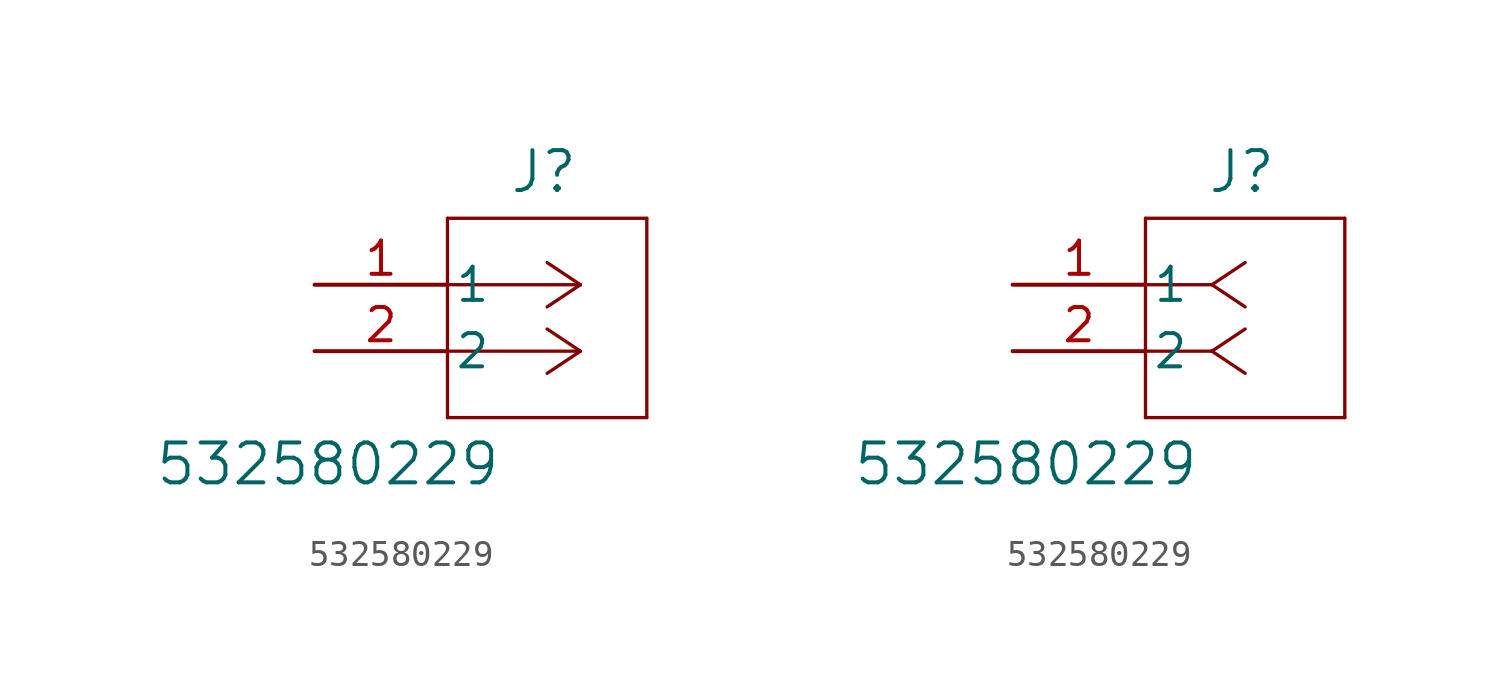
<source format=kicad_sym>
(kicad_symbol_lib
  (version 20211014)
  (generator kicad_symbol_editor)
  (symbol "532580229"
    (pin_names
      (offset 0.254))
    (property "Reference" "J"
      (at 8.763 4.318 0)
      (effects (font (size 1.524 1.524))))
    (property "Value" "532580229"
      (at 0.508 -6.858 0)
      (effects (font (size 1.524 1.524))))
    (symbol "532580229_1_1"
      (polyline (pts (xy 5.08 -5.08) (xy 12.7 -5.08)) (stroke (width 0.127) (type default) (color 0 0 0 0)) (fill (type none)))
      (polyline (pts (xy 5.08 2.54) (xy 5.08 -5.08)) (stroke (width 0.127) (type default) (color 0 0 0 0)) (fill (type none)))
      (polyline (pts (xy 10.16 -2.54) (xy 5.08 -2.54)) (stroke (width 0.127) (type default) (color 0 0 0 0)) (fill (type none)))
      (polyline (pts (xy 10.16 -2.54) (xy 8.89 -3.387)) (stroke (width 0.127) (type default) (color 0 0 0 0)) (fill (type none)))
      (polyline (pts (xy 10.16 -2.54) (xy 8.89 -1.693)) (stroke (width 0.127) (type default) (color 0 0 0 0)) (fill (type none)))
      (polyline (pts (xy 10.16 0) (xy 5.08 0)) (stroke (width 0.127) (type default) (color 0 0 0 0)) (fill (type none)))
      (polyline (pts (xy 10.16 0) (xy 8.89 -0.847)) (stroke (width 0.127) (type default) (color 0 0 0 0)) (fill (type none)))
      (polyline (pts (xy 10.16 0) (xy 8.89 0.847)) (stroke (width 0.127) (type default) (color 0 0 0 0)) (fill (type none)))
      (polyline (pts (xy 12.7 -5.08) (xy 12.7 2.54)) (stroke (width 0.127) (type default) (color 0 0 0 0)) (fill (type none)))
      (polyline (pts (xy 12.7 2.54) (xy 5.08 2.54)) (stroke (width 0.127) (type default) (color 0 0 0 0)) (fill (type none)))
      (pin unspecified line (at 0 0 0) (length 5.08) (name "1" (effects (font (size 1.27 1.27)))) (number "1" (effects (font (size 1.27 1.27)))))
      (pin unspecified line (at 0 -2.54 0) (length 5.08) (name "2" (effects (font (size 1.27 1.27)))) (number "2" (effects (font (size 1.27 1.27))))))
    (symbol "532580229_1_2"
      (polyline (pts (xy 5.08 -5.08) (xy 12.7 -5.08)) (stroke (width 0.127) (type default) (color 0 0 0 0)) (fill (type none)))
      (polyline (pts (xy 5.08 2.54) (xy 5.08 -5.08)) (stroke (width 0.127) (type default) (color 0 0 0 0)) (fill (type none)))
      (polyline (pts (xy 7.62 -2.54) (xy 5.08 -2.54)) (stroke (width 0.127) (type default) (color 0 0 0 0)) (fill (type none)))
      (polyline (pts (xy 7.62 -2.54) (xy 8.89 -3.387)) (stroke (width 0.127) (type default) (color 0 0 0 0)) (fill (type none)))
      (polyline (pts (xy 7.62 -2.54) (xy 8.89 -1.693)) (stroke (width 0.127) (type default) (color 0 0 0 0)) (fill (type none)))
      (polyline (pts (xy 7.62 0) (xy 5.08 0)) (stroke (width 0.127) (type default) (color 0 0 0 0)) (fill (type none)))
      (polyline (pts (xy 7.62 0) (xy 8.89 -0.847)) (stroke (width 0.127) (type default) (color 0 0 0 0)) (fill (type none)))
      (polyline (pts (xy 7.62 0) (xy 8.89 0.847)) (stroke (width 0.127) (type default) (color 0 0 0 0)) (fill (type none)))
      (polyline (pts (xy 12.7 -5.08) (xy 12.7 2.54)) (stroke (width 0.127) (type default) (color 0 0 0 0)) (fill (type none)))
      (polyline (pts (xy 12.7 2.54) (xy 5.08 2.54)) (stroke (width 0.127) (type default) (color 0 0 0 0)) (fill (type none)))
      (pin unspecified line (at 0 0 0) (length 5.08) (name "1" (effects (font (size 1.27 1.27)))) (number "1" (effects (font (size 1.27 1.27)))))
      (pin unspecified line (at 0 -2.54 0) (length 5.08) (name "2" (effects (font (size 1.27 1.27)))) (number "2" (effects (font (size 1.27 1.27))))))))
</source>
